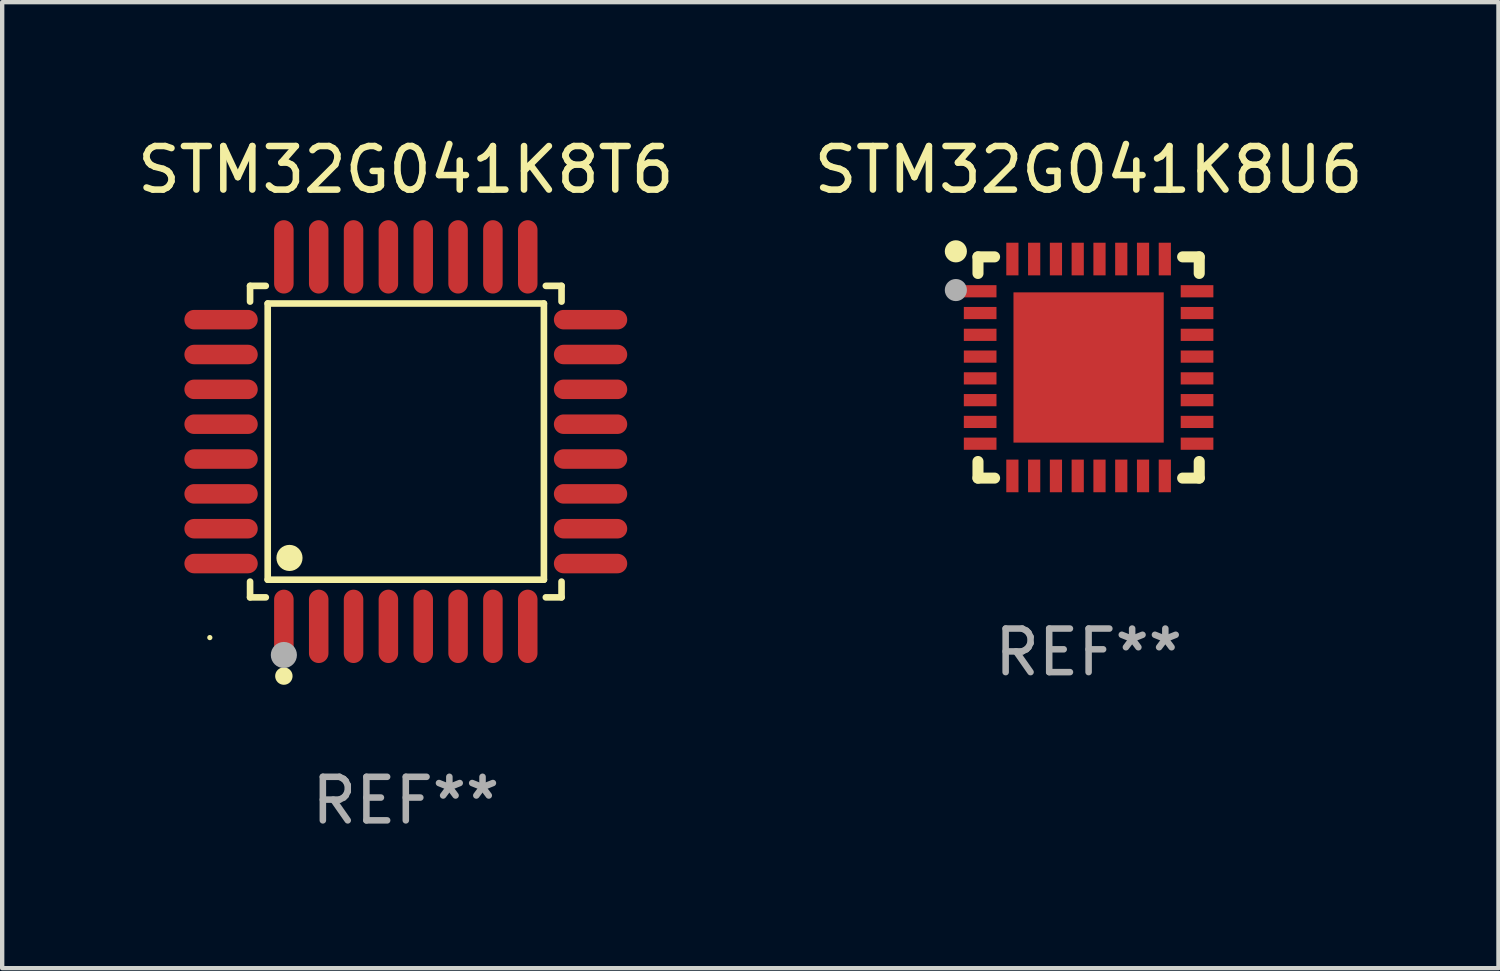
<source format=kicad_pcb>
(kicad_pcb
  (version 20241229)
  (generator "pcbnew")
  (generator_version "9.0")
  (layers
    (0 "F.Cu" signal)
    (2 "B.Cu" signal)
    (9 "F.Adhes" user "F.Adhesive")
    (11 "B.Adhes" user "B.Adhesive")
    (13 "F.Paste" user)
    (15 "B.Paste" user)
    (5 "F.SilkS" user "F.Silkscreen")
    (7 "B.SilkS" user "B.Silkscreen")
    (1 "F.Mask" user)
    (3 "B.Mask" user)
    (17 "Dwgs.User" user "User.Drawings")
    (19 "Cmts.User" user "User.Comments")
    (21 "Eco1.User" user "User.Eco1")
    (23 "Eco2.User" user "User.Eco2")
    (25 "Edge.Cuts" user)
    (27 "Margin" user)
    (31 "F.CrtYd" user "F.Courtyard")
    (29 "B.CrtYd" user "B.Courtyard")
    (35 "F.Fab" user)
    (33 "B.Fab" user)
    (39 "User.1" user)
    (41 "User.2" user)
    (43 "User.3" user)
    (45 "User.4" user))
  (footprint "STM32G041K8T6"
    (layer "F.Cu")
    (at 6.268 7.09)
    (property "Reference" "STM32G041K8T6" (at 0 -6.242 0) (layer "F.SilkS") (effects (font (size 1 1) (thickness 0.15))))
    (attr through_hole)
    (fp_line (start -3.576 -3.576) (end -3.215 -3.576) (stroke (width 0.152) (type solid)) (layer "F.SilkS"))
    (fp_line (start -3.576 -3.215) (end -3.576 -3.576) (stroke (width 0.152) (type solid)) (layer "F.SilkS"))
    (fp_line (start -3.576 3.215) (end -3.576 3.576) (stroke (width 0.152) (type solid)) (layer "F.SilkS"))
    (fp_line (start -3.576 3.576) (end -3.215 3.576) (stroke (width 0.152) (type solid)) (layer "F.SilkS"))
    (fp_line (start -3.171 -3.171) (end 3.171 -3.171) (stroke (width 0.152) (type solid)) (layer "F.SilkS"))
    (fp_line (start -3.171 3.171) (end -3.171 -3.171) (stroke (width 0.152) (type solid)) (layer "F.SilkS"))
    (fp_line (start 3.171 -3.171) (end 3.171 3.171) (stroke (width 0.152) (type solid)) (layer "F.SilkS"))
    (fp_line (start 3.171 3.171) (end -3.171 3.171) (stroke (width 0.152) (type solid)) (layer "F.SilkS"))
    (fp_line (start 3.576 -3.576) (end 3.215 -3.576) (stroke (width 0.152) (type solid)) (layer "F.SilkS"))
    (fp_line (start 3.576 -3.215) (end 3.576 -3.576) (stroke (width 0.152) (type solid)) (layer "F.SilkS"))
    (fp_line (start 3.576 3.215) (end 3.576 3.576) (stroke (width 0.152) (type solid)) (layer "F.SilkS"))
    (fp_line (start 3.576 3.576) (end 3.215 3.576) (stroke (width 0.152) (type solid)) (layer "F.SilkS"))
    (fp_circle (center -4.5 4.5) (end -4.47 4.5) (stroke (width 0.06) (type solid)) (fill no) (layer "F.SilkS"))
    (fp_circle (center -2.8 5.384) (end -2.7 5.384) (stroke (width 0.2) (type solid)) (fill no) (layer "F.SilkS"))
    (fp_circle (center -2.671 2.671) (end -2.521 2.671) (stroke (width 0.3) (type solid)) (fill no) (layer "F.SilkS"))
    (fp_circle (center -2.8 4.9) (end -2.65 4.9) (stroke (width 0.3) (type solid)) (fill no) (layer "F.Fab"))
    (fp_text user "REF**" (at 0 8.242 0) (layer "F.Fab") (effects (font (size 1 1) (thickness 0.15))))
    (pad "1" smd oval (at -2.8 4.242) (size 0.448 1.684) (layers "F.Cu" "F.Mask" "F.Paste"))
    (pad "2" smd oval (at -2 4.242) (size 0.448 1.684) (layers "F.Cu" "F.Mask" "F.Paste"))
    (pad "3" smd oval (at -1.2 4.242) (size 0.448 1.684) (layers "F.Cu" "F.Mask" "F.Paste"))
    (pad "4" smd oval (at -0.4 4.242) (size 0.448 1.684) (layers "F.Cu" "F.Mask" "F.Paste"))
    (pad "5" smd oval (at 0.4 4.242) (size 0.448 1.684) (layers "F.Cu" "F.Mask" "F.Paste"))
    (pad "6" smd oval (at 1.2 4.242) (size 0.448 1.684) (layers "F.Cu" "F.Mask" "F.Paste"))
    (pad "7" smd oval (at 2 4.242) (size 0.448 1.684) (layers "F.Cu" "F.Mask" "F.Paste"))
    (pad "8" smd oval (at 2.8 4.242) (size 0.448 1.684) (layers "F.Cu" "F.Mask" "F.Paste"))
    (pad "9" smd oval (at 4.242 2.8) (size 1.684 0.448) (layers "F.Cu" "F.Mask" "F.Paste"))
    (pad "10" smd oval (at 4.242 2) (size 1.684 0.448) (layers "F.Cu" "F.Mask" "F.Paste"))
    (pad "11" smd oval (at 4.242 1.2) (size 1.684 0.448) (layers "F.Cu" "F.Mask" "F.Paste"))
    (pad "12" smd oval (at 4.242 0.4) (size 1.684 0.448) (layers "F.Cu" "F.Mask" "F.Paste"))
    (pad "13" smd oval (at 4.242 -0.4) (size 1.684 0.448) (layers "F.Cu" "F.Mask" "F.Paste"))
    (pad "14" smd oval (at 4.242 -1.2) (size 1.684 0.448) (layers "F.Cu" "F.Mask" "F.Paste"))
    (pad "15" smd oval (at 4.242 -2) (size 1.684 0.448) (layers "F.Cu" "F.Mask" "F.Paste"))
    (pad "16" smd oval (at 4.242 -2.8) (size 1.684 0.448) (layers "F.Cu" "F.Mask" "F.Paste"))
    (pad "17" smd oval (at 2.8 -4.242) (size 0.448 1.684) (layers "F.Cu" "F.Mask" "F.Paste"))
    (pad "18" smd oval (at 2 -4.242) (size 0.448 1.684) (layers "F.Cu" "F.Mask" "F.Paste"))
    (pad "19" smd oval (at 1.2 -4.242) (size 0.448 1.684) (layers "F.Cu" "F.Mask" "F.Paste"))
    (pad "20" smd oval (at 0.4 -4.242) (size 0.448 1.684) (layers "F.Cu" "F.Mask" "F.Paste"))
    (pad "21" smd oval (at -0.4 -4.242) (size 0.448 1.684) (layers "F.Cu" "F.Mask" "F.Paste"))
    (pad "22" smd oval (at -1.2 -4.242) (size 0.448 1.684) (layers "F.Cu" "F.Mask" "F.Paste"))
    (pad "23" smd oval (at -2 -4.242) (size 0.448 1.684) (layers "F.Cu" "F.Mask" "F.Paste"))
    (pad "24" smd oval (at -2.8 -4.242) (size 0.448 1.684) (layers "F.Cu" "F.Mask" "F.Paste"))
    (pad "25" smd oval (at -4.242 -2.8) (size 1.684 0.448) (layers "F.Cu" "F.Mask" "F.Paste"))
    (pad "26" smd oval (at -4.242 -2) (size 1.684 0.448) (layers "F.Cu" "F.Mask" "F.Paste"))
    (pad "27" smd oval (at -4.242 -1.2) (size 1.684 0.448) (layers "F.Cu" "F.Mask" "F.Paste"))
    (pad "28" smd oval (at -4.242 -0.4) (size 1.684 0.448) (layers "F.Cu" "F.Mask" "F.Paste"))
    (pad "29" smd oval (at -4.242 0.4) (size 1.684 0.448) (layers "F.Cu" "F.Mask" "F.Paste"))
    (pad "30" smd oval (at -4.242 1.2) (size 1.684 0.448) (layers "F.Cu" "F.Mask" "F.Paste"))
    (pad "31" smd oval (at -4.242 2) (size 1.684 0.448) (layers "F.Cu" "F.Mask" "F.Paste"))
    (pad "32" smd oval (at -4.242 2.8) (size 1.684 0.448) (layers "F.Cu" "F.Mask" "F.Paste")))
  (footprint "STM32G041K8U6"
    (layer "F.Cu")
    (at 21.946 5.388)
    (property "Reference" "STM32G041K8U6" (at 0 -4.54 0) (layer "F.SilkS") (effects (font (size 1 1) (thickness 0.15))))
    (attr through_hole)
    (fp_line (start -2.54 -2.54) (end -2.159 -2.54) (stroke (width 0.254) (type solid)) (layer "F.SilkS"))
    (fp_line (start -2.54 -2.159) (end -2.54 -2.54) (stroke (width 0.254) (type solid)) (layer "F.SilkS"))
    (fp_line (start -2.54 2.54) (end -2.54 2.159) (stroke (width 0.254) (type solid)) (layer "F.SilkS"))
    (fp_line (start -2.159 2.54) (end -2.54 2.54) (stroke (width 0.254) (type solid)) (layer "F.SilkS"))
    (fp_line (start 2.159 -2.54) (end 2.54 -2.54) (stroke (width 0.254) (type solid)) (layer "F.SilkS"))
    (fp_line (start 2.54 -2.54) (end 2.54 -2.159) (stroke (width 0.254) (type solid)) (layer "F.SilkS"))
    (fp_line (start 2.54 2.159) (end 2.54 2.54) (stroke (width 0.254) (type solid)) (layer "F.SilkS"))
    (fp_line (start 2.54 2.54) (end 2.159 2.54) (stroke (width 0.254) (type solid)) (layer "F.SilkS"))
    (fp_circle (center -3.048 -2.667) (end -2.921 -2.667) (stroke (width 0.254) (type solid)) (fill no) (layer "F.SilkS"))
    (fp_circle (center -2.5 -2.5) (end -2.47 -2.5) (stroke (width 0.06) (type solid)) (fill no) (layer "F.SilkS"))
    (fp_circle (center -3.048 -1.778) (end -2.921 -1.778) (stroke (width 0.254) (type solid)) (fill no) (layer "F.Fab"))
    (fp_text user "REF**" (at 0 6.54 0) (layer "F.Fab") (effects (font (size 1 1) (thickness 0.15))))
    (pad "1" smd rect (at -2.49 -1.75) (size 0.75 0.28) (layers "F.Cu" "F.Mask" "F.Paste"))
    (pad "2" smd rect (at -2.49 -1.25) (size 0.75 0.28) (layers "F.Cu" "F.Mask" "F.Paste"))
    (pad "3" smd rect (at -2.49 -0.75) (size 0.75 0.28) (layers "F.Cu" "F.Mask" "F.Paste"))
    (pad "4" smd rect (at -2.49 -0.25) (size 0.75 0.28) (layers "F.Cu" "F.Mask" "F.Paste"))
    (pad "5" smd rect (at -2.49 0.25) (size 0.75 0.28) (layers "F.Cu" "F.Mask" "F.Paste"))
    (pad "6" smd rect (at -2.49 0.75) (size 0.75 0.28) (layers "F.Cu" "F.Mask" "F.Paste"))
    (pad "7" smd rect (at -2.49 1.25) (size 0.75 0.28) (layers "F.Cu" "F.Mask" "F.Paste"))
    (pad "8" smd rect (at -2.49 1.75) (size 0.75 0.28) (layers "F.Cu" "F.Mask" "F.Paste"))
    (pad "9" smd rect (at -1.75 2.49) (size 0.28 0.75) (layers "F.Cu" "F.Mask" "F.Paste"))
    (pad "10" smd rect (at -1.25 2.49) (size 0.28 0.75) (layers "F.Cu" "F.Mask" "F.Paste"))
    (pad "11" smd rect (at -0.75 2.49) (size 0.28 0.75) (layers "F.Cu" "F.Mask" "F.Paste"))
    (pad "12" smd rect (at -0.25 2.49) (size 0.28 0.75) (layers "F.Cu" "F.Mask" "F.Paste"))
    (pad "13" smd rect (at 0.25 2.49) (size 0.28 0.75) (layers "F.Cu" "F.Mask" "F.Paste"))
    (pad "14" smd rect (at 0.75 2.49) (size 0.28 0.75) (layers "F.Cu" "F.Mask" "F.Paste"))
    (pad "15" smd rect (at 1.25 2.49) (size 0.28 0.75) (layers "F.Cu" "F.Mask" "F.Paste"))
    (pad "16" smd rect (at 1.75 2.49) (size 0.28 0.75) (layers "F.Cu" "F.Mask" "F.Paste"))
    (pad "17" smd rect (at 2.49 1.75) (size 0.75 0.28) (layers "F.Cu" "F.Mask" "F.Paste"))
    (pad "18" smd rect (at 2.49 1.25) (size 0.75 0.28) (layers "F.Cu" "F.Mask" "F.Paste"))
    (pad "19" smd rect (at 2.49 0.75) (size 0.75 0.28) (layers "F.Cu" "F.Mask" "F.Paste"))
    (pad "20" smd rect (at 2.49 0.25) (size 0.75 0.28) (layers "F.Cu" "F.Mask" "F.Paste"))
    (pad "21" smd rect (at 2.49 -0.25) (size 0.75 0.28) (layers "F.Cu" "F.Mask" "F.Paste"))
    (pad "22" smd rect (at 2.49 -0.75) (size 0.75 0.28) (layers "F.Cu" "F.Mask" "F.Paste"))
    (pad "23" smd rect (at 2.49 -1.25) (size 0.75 0.28) (layers "F.Cu" "F.Mask" "F.Paste"))
    (pad "24" smd rect (at 2.49 -1.75) (size 0.75 0.28) (layers "F.Cu" "F.Mask" "F.Paste"))
    (pad "25" smd rect (at 1.75 -2.49) (size 0.28 0.75) (layers "F.Cu" "F.Mask" "F.Paste"))
    (pad "26" smd rect (at 1.25 -2.49) (size 0.28 0.75) (layers "F.Cu" "F.Mask" "F.Paste"))
    (pad "27" smd rect (at 0.75 -2.49) (size 0.28 0.75) (layers "F.Cu" "F.Mask" "F.Paste"))
    (pad "28" smd rect (at 0.25 -2.49) (size 0.28 0.75) (layers "F.Cu" "F.Mask" "F.Paste"))
    (pad "29" smd rect (at -0.25 -2.49) (size 0.28 0.75) (layers "F.Cu" "F.Mask" "F.Paste"))
    (pad "30" smd rect (at -0.75 -2.49) (size 0.28 0.75) (layers "F.Cu" "F.Mask" "F.Paste"))
    (pad "31" smd rect (at -1.25 -2.49) (size 0.28 0.75) (layers "F.Cu" "F.Mask" "F.Paste"))
    (pad "32" smd rect (at -1.75 -2.49) (size 0.28 0.75) (layers "F.Cu" "F.Mask" "F.Paste"))
    (pad "33" smd rect (at 0 0) (size 3.45 3.45) (layers "F.Cu" "F.Mask" "F.Paste")))
  (gr_rect
    (start -3 -3)
    (end 31.357 19.181)
    (stroke (width 0.1) (type default))
    (fill no)
    (layer "Edge.Cuts")))
</source>
